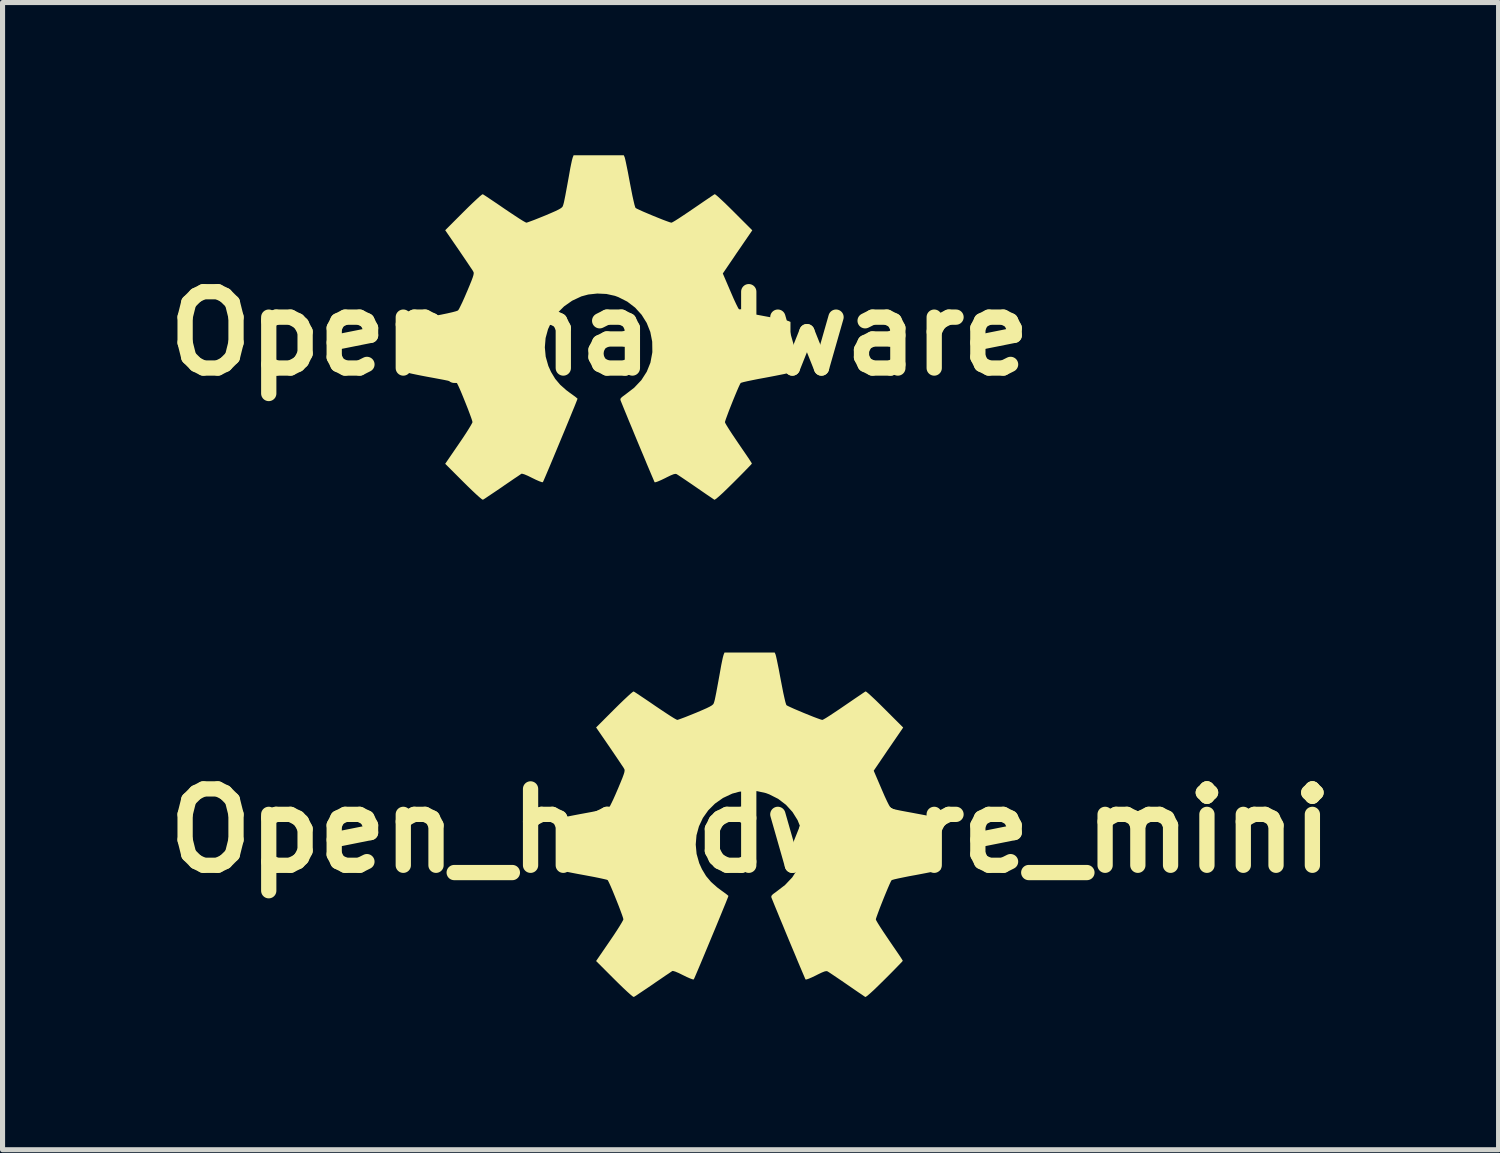
<source format=kicad_pcb>
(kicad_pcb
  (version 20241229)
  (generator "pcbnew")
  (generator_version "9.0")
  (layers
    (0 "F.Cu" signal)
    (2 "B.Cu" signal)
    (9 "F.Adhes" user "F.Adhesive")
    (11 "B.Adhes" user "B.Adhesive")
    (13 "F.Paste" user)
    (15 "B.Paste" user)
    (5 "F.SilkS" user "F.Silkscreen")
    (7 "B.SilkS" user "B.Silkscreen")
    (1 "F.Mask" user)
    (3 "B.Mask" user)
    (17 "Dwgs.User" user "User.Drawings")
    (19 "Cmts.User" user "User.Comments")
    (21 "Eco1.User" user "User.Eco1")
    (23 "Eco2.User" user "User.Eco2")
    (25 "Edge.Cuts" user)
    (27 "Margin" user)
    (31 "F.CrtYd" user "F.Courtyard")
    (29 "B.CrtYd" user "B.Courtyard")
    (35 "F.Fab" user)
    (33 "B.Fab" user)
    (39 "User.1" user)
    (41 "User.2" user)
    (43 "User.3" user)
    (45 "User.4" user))
  (footprint "Open_hardware_mini"
    (layer "F.Cu")
    (at 11.693 13.268)
    (property "Reference" "Open_hardware_mini" (at 0 0 0) (layer "F.SilkS") (effects (font (size 1.5 1.5) (thickness 0.3))))
    (attr board_only exclude_from_pos_files exclude_from_bom)
    (fp_poly (pts (xy 0.492 -3.459) (xy 0.5 -3.429) (xy 0.514 -3.367) (xy 0.532 -3.28) (xy 0.554 -3.172) (xy 0.577 -3.049) (xy 0.595 -2.954) (xy 0.62 -2.825) (xy 0.643 -2.708) (xy 0.665 -2.609) (xy 0.683 -2.532) (xy 0.698 -2.483) (xy 0.705 -2.467) (xy 0.73 -2.452) (xy 0.783 -2.427) (xy 0.858 -2.393) (xy 0.948 -2.355) (xy 1.045 -2.314) (xy 1.144 -2.274) (xy 1.236 -2.237) (xy 1.316 -2.207) (xy 1.375 -2.186) (xy 1.408 -2.177) (xy 1.41 -2.177) (xy 1.433 -2.187) (xy 1.483 -2.216) (xy 1.554 -2.261) (xy 1.643 -2.32) (xy 1.745 -2.388) (xy 1.84 -2.453) (xy 1.95 -2.528) (xy 2.049 -2.596) (xy 2.135 -2.654) (xy 2.201 -2.699) (xy 2.245 -2.728) (xy 2.261 -2.737) (xy 2.279 -2.726) (xy 2.32 -2.692) (xy 2.38 -2.637) (xy 2.456 -2.566) (xy 2.543 -2.481) (xy 2.639 -2.386) (xy 2.639 -2.386) (xy 2.998 -2.027) (xy 2.838 -1.794) (xy 2.767 -1.69) (xy 2.689 -1.577) (xy 2.615 -1.467) (xy 2.552 -1.375) (xy 2.549 -1.37) (xy 2.419 -1.179) (xy 2.575 -0.815) (xy 2.634 -0.679) (xy 2.682 -0.576) (xy 2.719 -0.503) (xy 2.748 -0.457) (xy 2.768 -0.436) (xy 2.771 -0.434) (xy 2.801 -0.426) (xy 2.862 -0.413) (xy 2.948 -0.395) (xy 3.054 -0.375) (xy 3.174 -0.353) (xy 3.237 -0.341) (xy 3.361 -0.318) (xy 3.475 -0.296) (xy 3.573 -0.277) (xy 3.648 -0.261) (xy 3.694 -0.25) (xy 3.705 -0.246) (xy 3.748 -0.228) (xy 3.748 0.264) (xy 3.747 0.414) (xy 3.747 0.53) (xy 3.745 0.618) (xy 3.742 0.681) (xy 3.738 0.723) (xy 3.732 0.75) (xy 3.725 0.765) (xy 3.715 0.773) (xy 3.714 0.773) (xy 3.687 0.781) (xy 3.628 0.795) (xy 3.543 0.812) (xy 3.437 0.833) (xy 3.317 0.856) (xy 3.237 0.871) (xy 3.111 0.894) (xy 2.997 0.917) (xy 2.9 0.937) (xy 2.826 0.954) (xy 2.781 0.967) (xy 2.77 0.972) (xy 2.756 0.996) (xy 2.731 1.049) (xy 2.698 1.125) (xy 2.66 1.216) (xy 2.619 1.316) (xy 2.578 1.419) (xy 2.539 1.518) (xy 2.506 1.607) (xy 2.48 1.678) (xy 2.464 1.726) (xy 2.461 1.743) (xy 2.471 1.766) (xy 2.5 1.816) (xy 2.545 1.888) (xy 2.603 1.977) (xy 2.671 2.078) (xy 2.725 2.158) (xy 2.798 2.265) (xy 2.864 2.361) (xy 2.919 2.442) (xy 2.96 2.504) (xy 2.984 2.543) (xy 2.99 2.554) (xy 2.978 2.57) (xy 2.941 2.609) (xy 2.885 2.667) (xy 2.813 2.741) (xy 2.727 2.828) (xy 2.633 2.922) (xy 2.518 3.035) (xy 2.422 3.128) (xy 2.345 3.198) (xy 2.291 3.244) (xy 2.259 3.265) (xy 2.253 3.265) (xy 2.232 3.251) (xy 2.184 3.218) (xy 2.114 3.171) (xy 2.028 3.112) (xy 1.931 3.045) (xy 1.889 3.016) (xy 1.787 2.946) (xy 1.694 2.883) (xy 1.614 2.829) (xy 1.554 2.789) (xy 1.518 2.766) (xy 1.512 2.762) (xy 1.488 2.757) (xy 1.453 2.764) (xy 1.4 2.785) (xy 1.323 2.822) (xy 1.286 2.841) (xy 1.209 2.878) (xy 1.144 2.906) (xy 1.099 2.921) (xy 1.08 2.922) (xy 1.071 2.903) (xy 1.05 2.853) (xy 1.017 2.776) (xy 0.975 2.677) (xy 0.926 2.561) (xy 0.872 2.43) (xy 0.813 2.29) (xy 0.752 2.144) (xy 0.691 1.997) (xy 0.632 1.853) (xy 0.575 1.717) (xy 0.524 1.592) (xy 0.479 1.483) (xy 0.443 1.394) (xy 0.417 1.33) (xy 0.407 1.303) (xy 0.41 1.279) (xy 0.438 1.247) (xy 0.496 1.205) (xy 0.5 1.202) (xy 0.677 1.066) (xy 0.819 0.916) (xy 0.925 0.751) (xy 0.997 0.573) (xy 1.033 0.38) (xy 1.035 0.36) (xy 1.032 0.16) (xy 0.995 -0.03) (xy 0.924 -0.208) (xy 0.824 -0.368) (xy 0.696 -0.509) (xy 0.543 -0.626) (xy 0.367 -0.715) (xy 0.3 -0.74) (xy 0.132 -0.777) (xy -0.047 -0.785) (xy -0.224 -0.766) (xy -0.36 -0.729) (xy -0.541 -0.644) (xy -0.699 -0.533) (xy -0.831 -0.401) (xy -0.937 -0.251) (xy -1.014 -0.086) (xy -1.062 0.089) (xy -1.077 0.271) (xy -1.06 0.455) (xy -1.008 0.638) (xy -0.955 0.755) (xy -0.873 0.891) (xy -0.775 1.007) (xy -0.654 1.114) (xy -0.586 1.165) (xy -0.522 1.211) (xy -0.471 1.249) (xy -0.441 1.274) (xy -0.435 1.281) (xy -0.442 1.301) (xy -0.462 1.352) (xy -0.493 1.43) (xy -0.534 1.529) (xy -0.582 1.647) (xy -0.636 1.778) (xy -0.694 1.919) (xy -0.755 2.065) (xy -0.816 2.212) (xy -0.876 2.356) (xy -0.933 2.493) (xy -0.985 2.617) (xy -1.031 2.726) (xy -1.069 2.815) (xy -1.097 2.88) (xy -1.113 2.915) (xy -1.117 2.921) (xy -1.138 2.919) (xy -1.186 2.902) (xy -1.252 2.873) (xy -1.322 2.839) (xy -1.411 2.795) (xy -1.48 2.766) (xy -1.524 2.754) (xy -1.537 2.755) (xy -1.559 2.77) (xy -1.607 2.803) (xy -1.678 2.85) (xy -1.765 2.91) (xy -1.864 2.977) (xy -1.915 3.013) (xy -2.018 3.083) (xy -2.112 3.146) (xy -2.191 3.199) (xy -2.25 3.239) (xy -2.286 3.261) (xy -2.294 3.265) (xy -2.314 3.255) (xy -2.357 3.22) (xy -2.421 3.163) (xy -2.502 3.087) (xy -2.597 2.995) (xy -2.676 2.917) (xy -3.034 2.559) (xy -2.766 2.168) (xy -2.692 2.059) (xy -2.626 1.959) (xy -2.571 1.872) (xy -2.53 1.804) (xy -2.505 1.758) (xy -2.498 1.741) (xy -2.505 1.711) (xy -2.524 1.654) (xy -2.553 1.575) (xy -2.588 1.482) (xy -2.628 1.381) (xy -2.669 1.279) (xy -2.709 1.181) (xy -2.746 1.094) (xy -2.777 1.026) (xy -2.799 0.982) (xy -2.807 0.969) (xy -2.832 0.96) (xy -2.888 0.947) (xy -2.97 0.929) (xy -3.073 0.908) (xy -3.191 0.886) (xy -3.265 0.872) (xy -3.391 0.849) (xy -3.506 0.827) (xy -3.605 0.807) (xy -3.682 0.791) (xy -3.73 0.78) (xy -3.743 0.776) (xy -3.785 0.758) (xy -3.785 0.266) (xy -3.785 0.116) (xy -3.784 -0.000438) (xy -3.783 -0.088) (xy -3.78 -0.151) (xy -3.776 -0.193) (xy -3.77 -0.22) (xy -3.763 -0.235) (xy -3.752 -0.243) (xy -3.752 -0.243) (xy -3.725 -0.251) (xy -3.666 -0.264) (xy -3.581 -0.282) (xy -3.475 -0.303) (xy -3.354 -0.326) (xy -3.267 -0.342) (xy -3.116 -0.37) (xy -2.99 -0.396) (xy -2.89 -0.419) (xy -2.82 -0.438) (xy -2.784 -0.452) (xy -2.782 -0.454) (xy -2.764 -0.479) (xy -2.736 -0.535) (xy -2.698 -0.613) (xy -2.655 -0.709) (xy -2.609 -0.816) (xy -2.604 -0.827) (xy -2.554 -0.947) (xy -2.517 -1.038) (xy -2.493 -1.103) (xy -2.479 -1.149) (xy -2.474 -1.181) (xy -2.476 -1.203) (xy -2.482 -1.215) (xy -2.498 -1.243) (xy -2.534 -1.296) (xy -2.584 -1.371) (xy -2.646 -1.463) (xy -2.716 -1.566) (xy -2.769 -1.644) (xy -3.034 -2.029) (xy -2.676 -2.387) (xy -2.581 -2.481) (xy -2.493 -2.566) (xy -2.417 -2.637) (xy -2.357 -2.692) (xy -2.315 -2.726) (xy -2.297 -2.736) (xy -2.276 -2.724) (xy -2.228 -2.693) (xy -2.158 -2.646) (xy -2.07 -2.587) (xy -1.968 -2.518) (xy -1.872 -2.452) (xy -1.762 -2.378) (xy -1.661 -2.311) (xy -1.574 -2.254) (xy -1.505 -2.211) (xy -1.458 -2.185) (xy -1.44 -2.177) (xy -1.414 -2.184) (xy -1.359 -2.204) (xy -1.281 -2.233) (xy -1.186 -2.271) (xy -1.08 -2.314) (xy -1.079 -2.314) (xy -0.957 -2.366) (xy -0.866 -2.406) (xy -0.801 -2.438) (xy -0.759 -2.463) (xy -0.734 -2.485) (xy -0.726 -2.498) (xy -0.719 -2.516) (xy -0.711 -2.542) (xy -0.701 -2.58) (xy -0.69 -2.634) (xy -0.675 -2.708) (xy -0.657 -2.805) (xy -0.634 -2.929) (xy -0.606 -3.083) (xy -0.576 -3.252) (xy -0.56 -3.33) (xy -0.545 -3.4) (xy -0.532 -3.448) (xy -0.53 -3.455) (xy -0.512 -3.501) (xy -0.019 -3.501) (xy 0.474 -3.501)) (stroke (width 0) (type solid)) (fill yes) (layer "F.SilkS")))
  (footprint "Open_hardware"
    (layer "F.Cu")
    (at 8.729 3.501)
    (property "Reference" "Open_hardware" (at 0 0 0) (layer "F.SilkS") (effects (font (size 1.5 1.5) (thickness 0.3))))
    (attr board_only exclude_from_pos_files exclude_from_bom)
    (fp_poly (pts (xy 0.492 -3.459) (xy 0.5 -3.429) (xy 0.514 -3.367) (xy 0.532 -3.28) (xy 0.554 -3.172) (xy 0.577 -3.049) (xy 0.595 -2.954) (xy 0.62 -2.825) (xy 0.643 -2.708) (xy 0.665 -2.609) (xy 0.683 -2.532) (xy 0.698 -2.483) (xy 0.705 -2.467) (xy 0.73 -2.452) (xy 0.783 -2.427) (xy 0.858 -2.393) (xy 0.948 -2.355) (xy 1.045 -2.314) (xy 1.144 -2.274) (xy 1.236 -2.237) (xy 1.316 -2.207) (xy 1.375 -2.186) (xy 1.408 -2.177) (xy 1.41 -2.177) (xy 1.433 -2.187) (xy 1.483 -2.216) (xy 1.554 -2.261) (xy 1.643 -2.32) (xy 1.745 -2.388) (xy 1.84 -2.453) (xy 1.95 -2.528) (xy 2.049 -2.596) (xy 2.135 -2.654) (xy 2.201 -2.699) (xy 2.245 -2.728) (xy 2.261 -2.737) (xy 2.279 -2.726) (xy 2.32 -2.692) (xy 2.38 -2.637) (xy 2.456 -2.566) (xy 2.543 -2.481) (xy 2.639 -2.386) (xy 2.639 -2.386) (xy 2.998 -2.027) (xy 2.838 -1.794) (xy 2.767 -1.69) (xy 2.689 -1.577) (xy 2.615 -1.467) (xy 2.552 -1.375) (xy 2.549 -1.37) (xy 2.419 -1.179) (xy 2.575 -0.815) (xy 2.634 -0.679) (xy 2.682 -0.576) (xy 2.719 -0.503) (xy 2.748 -0.457) (xy 2.768 -0.436) (xy 2.771 -0.434) (xy 2.801 -0.426) (xy 2.862 -0.413) (xy 2.948 -0.395) (xy 3.054 -0.375) (xy 3.174 -0.353) (xy 3.237 -0.341) (xy 3.361 -0.318) (xy 3.475 -0.296) (xy 3.573 -0.277) (xy 3.648 -0.261) (xy 3.694 -0.25) (xy 3.705 -0.246) (xy 3.748 -0.228) (xy 3.748 0.264) (xy 3.747 0.414) (xy 3.747 0.53) (xy 3.745 0.618) (xy 3.742 0.681) (xy 3.738 0.723) (xy 3.732 0.75) (xy 3.725 0.765) (xy 3.715 0.773) (xy 3.714 0.773) (xy 3.687 0.781) (xy 3.628 0.795) (xy 3.543 0.812) (xy 3.437 0.833) (xy 3.317 0.856) (xy 3.237 0.871) (xy 3.111 0.894) (xy 2.997 0.917) (xy 2.9 0.937) (xy 2.826 0.954) (xy 2.781 0.967) (xy 2.77 0.972) (xy 2.756 0.996) (xy 2.731 1.049) (xy 2.698 1.125) (xy 2.66 1.216) (xy 2.619 1.316) (xy 2.578 1.419) (xy 2.539 1.518) (xy 2.506 1.607) (xy 2.48 1.678) (xy 2.464 1.726) (xy 2.461 1.743) (xy 2.471 1.766) (xy 2.5 1.816) (xy 2.545 1.888) (xy 2.603 1.977) (xy 2.671 2.078) (xy 2.725 2.158) (xy 2.798 2.265) (xy 2.864 2.361) (xy 2.919 2.442) (xy 2.96 2.504) (xy 2.984 2.543) (xy 2.99 2.554) (xy 2.978 2.57) (xy 2.941 2.609) (xy 2.885 2.667) (xy 2.813 2.741) (xy 2.727 2.828) (xy 2.633 2.922) (xy 2.518 3.035) (xy 2.422 3.128) (xy 2.345 3.198) (xy 2.291 3.244) (xy 2.259 3.265) (xy 2.253 3.265) (xy 2.232 3.251) (xy 2.184 3.218) (xy 2.114 3.171) (xy 2.028 3.112) (xy 1.931 3.045) (xy 1.889 3.016) (xy 1.787 2.946) (xy 1.694 2.883) (xy 1.614 2.829) (xy 1.554 2.789) (xy 1.518 2.766) (xy 1.512 2.762) (xy 1.488 2.757) (xy 1.453 2.764) (xy 1.4 2.785) (xy 1.323 2.822) (xy 1.286 2.841) (xy 1.209 2.878) (xy 1.144 2.906) (xy 1.099 2.921) (xy 1.08 2.922) (xy 1.071 2.903) (xy 1.05 2.853) (xy 1.017 2.776) (xy 0.975 2.677) (xy 0.926 2.561) (xy 0.872 2.43) (xy 0.813 2.29) (xy 0.752 2.144) (xy 0.691 1.997) (xy 0.632 1.853) (xy 0.575 1.717) (xy 0.524 1.592) (xy 0.479 1.483) (xy 0.443 1.394) (xy 0.417 1.33) (xy 0.407 1.303) (xy 0.41 1.279) (xy 0.438 1.247) (xy 0.496 1.205) (xy 0.5 1.202) (xy 0.677 1.066) (xy 0.819 0.916) (xy 0.925 0.751) (xy 0.997 0.573) (xy 1.033 0.38) (xy 1.035 0.36) (xy 1.032 0.16) (xy 0.995 -0.03) (xy 0.924 -0.208) (xy 0.824 -0.368) (xy 0.696 -0.509) (xy 0.543 -0.626) (xy 0.367 -0.715) (xy 0.3 -0.74) (xy 0.132 -0.777) (xy -0.047 -0.785) (xy -0.224 -0.766) (xy -0.36 -0.729) (xy -0.541 -0.644) (xy -0.699 -0.533) (xy -0.831 -0.401) (xy -0.937 -0.251) (xy -1.014 -0.086) (xy -1.062 0.089) (xy -1.077 0.271) (xy -1.06 0.455) (xy -1.008 0.638) (xy -0.955 0.755) (xy -0.873 0.891) (xy -0.775 1.007) (xy -0.654 1.114) (xy -0.586 1.165) (xy -0.522 1.211) (xy -0.471 1.249) (xy -0.441 1.274) (xy -0.435 1.281) (xy -0.442 1.301) (xy -0.462 1.352) (xy -0.493 1.43) (xy -0.534 1.529) (xy -0.582 1.647) (xy -0.636 1.778) (xy -0.694 1.919) (xy -0.755 2.065) (xy -0.816 2.212) (xy -0.876 2.356) (xy -0.933 2.493) (xy -0.985 2.617) (xy -1.031 2.726) (xy -1.069 2.815) (xy -1.097 2.88) (xy -1.113 2.915) (xy -1.117 2.921) (xy -1.138 2.919) (xy -1.186 2.902) (xy -1.252 2.873) (xy -1.322 2.839) (xy -1.411 2.795) (xy -1.48 2.766) (xy -1.524 2.754) (xy -1.537 2.755) (xy -1.559 2.77) (xy -1.607 2.803) (xy -1.678 2.85) (xy -1.765 2.91) (xy -1.864 2.977) (xy -1.915 3.013) (xy -2.018 3.083) (xy -2.112 3.146) (xy -2.191 3.199) (xy -2.25 3.239) (xy -2.286 3.261) (xy -2.294 3.265) (xy -2.314 3.255) (xy -2.357 3.22) (xy -2.421 3.163) (xy -2.502 3.087) (xy -2.597 2.995) (xy -2.676 2.917) (xy -3.034 2.559) (xy -2.766 2.168) (xy -2.692 2.059) (xy -2.626 1.959) (xy -2.571 1.872) (xy -2.53 1.804) (xy -2.505 1.758) (xy -2.498 1.741) (xy -2.505 1.711) (xy -2.524 1.654) (xy -2.553 1.575) (xy -2.588 1.482) (xy -2.628 1.381) (xy -2.669 1.279) (xy -2.709 1.181) (xy -2.746 1.094) (xy -2.777 1.026) (xy -2.799 0.982) (xy -2.807 0.969) (xy -2.832 0.96) (xy -2.888 0.947) (xy -2.97 0.929) (xy -3.073 0.908) (xy -3.191 0.886) (xy -3.265 0.872) (xy -3.391 0.849) (xy -3.506 0.827) (xy -3.605 0.807) (xy -3.682 0.791) (xy -3.73 0.78) (xy -3.743 0.776) (xy -3.785 0.758) (xy -3.785 0.266) (xy -3.785 0.116) (xy -3.784 -0.000438) (xy -3.783 -0.088) (xy -3.78 -0.151) (xy -3.776 -0.193) (xy -3.77 -0.22) (xy -3.763 -0.235) (xy -3.752 -0.243) (xy -3.752 -0.243) (xy -3.725 -0.251) (xy -3.666 -0.264) (xy -3.581 -0.282) (xy -3.475 -0.303) (xy -3.354 -0.326) (xy -3.267 -0.342) (xy -3.116 -0.37) (xy -2.99 -0.396) (xy -2.89 -0.419) (xy -2.82 -0.438) (xy -2.784 -0.452) (xy -2.782 -0.454) (xy -2.764 -0.479) (xy -2.736 -0.535) (xy -2.698 -0.613) (xy -2.655 -0.709) (xy -2.609 -0.816) (xy -2.604 -0.827) (xy -2.554 -0.947) (xy -2.517 -1.038) (xy -2.493 -1.103) (xy -2.479 -1.149) (xy -2.474 -1.181) (xy -2.476 -1.203) (xy -2.482 -1.215) (xy -2.498 -1.243) (xy -2.534 -1.296) (xy -2.584 -1.371) (xy -2.646 -1.463) (xy -2.716 -1.566) (xy -2.769 -1.644) (xy -3.034 -2.029) (xy -2.676 -2.387) (xy -2.581 -2.481) (xy -2.493 -2.566) (xy -2.417 -2.637) (xy -2.357 -2.692) (xy -2.315 -2.726) (xy -2.297 -2.736) (xy -2.276 -2.724) (xy -2.228 -2.693) (xy -2.158 -2.646) (xy -2.07 -2.587) (xy -1.968 -2.518) (xy -1.872 -2.452) (xy -1.762 -2.378) (xy -1.661 -2.311) (xy -1.574 -2.254) (xy -1.505 -2.211) (xy -1.458 -2.185) (xy -1.44 -2.177) (xy -1.414 -2.184) (xy -1.359 -2.204) (xy -1.281 -2.233) (xy -1.186 -2.271) (xy -1.08 -2.314) (xy -1.079 -2.314) (xy -0.957 -2.366) (xy -0.866 -2.406) (xy -0.801 -2.438) (xy -0.759 -2.463) (xy -0.734 -2.485) (xy -0.726 -2.498) (xy -0.719 -2.516) (xy -0.711 -2.542) (xy -0.701 -2.58) (xy -0.69 -2.634) (xy -0.675 -2.708) (xy -0.657 -2.805) (xy -0.634 -2.929) (xy -0.606 -3.083) (xy -0.576 -3.252) (xy -0.56 -3.33) (xy -0.545 -3.4) (xy -0.532 -3.448) (xy -0.53 -3.455) (xy -0.512 -3.501) (xy -0.019 -3.501) (xy 0.474 -3.501)) (stroke (width 0) (type solid)) (fill yes) (layer "F.SilkS")))
  (gr_rect
    (start -3 -3)
    (end 26.386 19.534)
    (stroke (width 0.1) (type default))
    (fill no)
    (layer "Edge.Cuts")))
</source>
